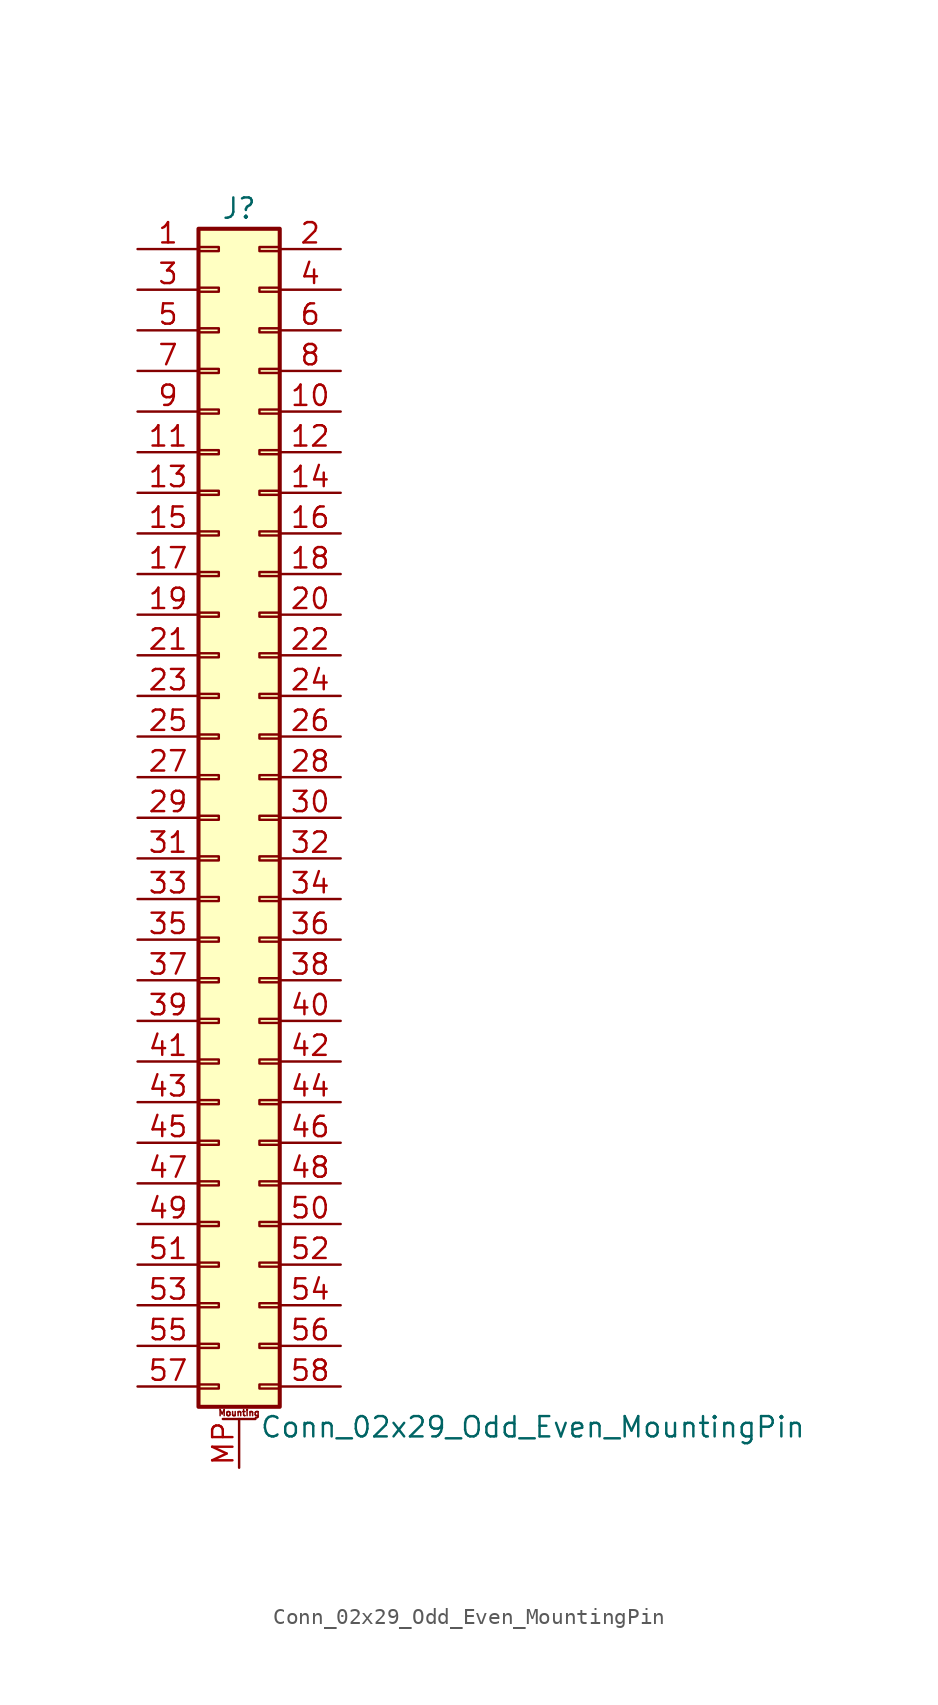
<source format=kicad_sym>
(kicad_symbol_lib
  (version 20220914)
  (generator kicad_symbol_editor)
  (symbol "Conn_02x29_Odd_Even_MountingPin"
    (pin_names
      (offset 1.016) hide)
    (property "Reference" "J"
      (at 1.27 38.1 0)
      (effects (font (size 1.27 1.27))))
    (property "Value" "Conn_02x29_Odd_Even_MountingPin"
      (at 2.54 -38.1 0)
      (effects (font (size 1.27 1.27)) (justify left)))
    (symbol "Conn_02x29_Odd_Even_MountingPin_1_1"
      (rectangle (start -1.27 -35.433) (end 0 -35.687) (stroke (width 0.152) (type default)) (fill (type none)))
      (rectangle (start -1.27 -32.893) (end 0 -33.147) (stroke (width 0.152) (type default)) (fill (type none)))
      (rectangle (start -1.27 -30.353) (end 0 -30.607) (stroke (width 0.152) (type default)) (fill (type none)))
      (rectangle (start -1.27 -27.813) (end 0 -28.067) (stroke (width 0.152) (type default)) (fill (type none)))
      (rectangle (start -1.27 -25.273) (end 0 -25.527) (stroke (width 0.152) (type default)) (fill (type none)))
      (rectangle (start -1.27 -22.733) (end 0 -22.987) (stroke (width 0.152) (type default)) (fill (type none)))
      (rectangle (start -1.27 -20.193) (end 0 -20.447) (stroke (width 0.152) (type default)) (fill (type none)))
      (rectangle (start -1.27 -17.653) (end 0 -17.907) (stroke (width 0.152) (type default)) (fill (type none)))
      (rectangle (start -1.27 -15.113) (end 0 -15.367) (stroke (width 0.152) (type default)) (fill (type none)))
      (rectangle (start -1.27 -12.573) (end 0 -12.827) (stroke (width 0.152) (type default)) (fill (type none)))
      (rectangle (start -1.27 -10.033) (end 0 -10.287) (stroke (width 0.152) (type default)) (fill (type none)))
      (rectangle (start -1.27 -7.493) (end 0 -7.747) (stroke (width 0.152) (type default)) (fill (type none)))
      (rectangle (start -1.27 -4.953) (end 0 -5.207) (stroke (width 0.152) (type default)) (fill (type none)))
      (rectangle (start -1.27 -2.413) (end 0 -2.667) (stroke (width 0.152) (type default)) (fill (type none)))
      (rectangle (start -1.27 0.127) (end 0 -0.127) (stroke (width 0.152) (type default)) (fill (type none)))
      (rectangle (start -1.27 2.667) (end 0 2.413) (stroke (width 0.152) (type default)) (fill (type none)))
      (rectangle (start -1.27 5.207) (end 0 4.953) (stroke (width 0.152) (type default)) (fill (type none)))
      (rectangle (start -1.27 7.747) (end 0 7.493) (stroke (width 0.152) (type default)) (fill (type none)))
      (rectangle (start -1.27 10.287) (end 0 10.033) (stroke (width 0.152) (type default)) (fill (type none)))
      (rectangle (start -1.27 12.827) (end 0 12.573) (stroke (width 0.152) (type default)) (fill (type none)))
      (rectangle (start -1.27 15.367) (end 0 15.113) (stroke (width 0.152) (type default)) (fill (type none)))
      (rectangle (start -1.27 17.907) (end 0 17.653) (stroke (width 0.152) (type default)) (fill (type none)))
      (rectangle (start -1.27 20.447) (end 0 20.193) (stroke (width 0.152) (type default)) (fill (type none)))
      (rectangle (start -1.27 22.987) (end 0 22.733) (stroke (width 0.152) (type default)) (fill (type none)))
      (rectangle (start -1.27 25.527) (end 0 25.273) (stroke (width 0.152) (type default)) (fill (type none)))
      (rectangle (start -1.27 28.067) (end 0 27.813) (stroke (width 0.152) (type default)) (fill (type none)))
      (rectangle (start -1.27 30.607) (end 0 30.353) (stroke (width 0.152) (type default)) (fill (type none)))
      (rectangle (start -1.27 33.147) (end 0 32.893) (stroke (width 0.152) (type default)) (fill (type none)))
      (rectangle (start -1.27 35.687) (end 0 35.433) (stroke (width 0.152) (type default)) (fill (type none)))
      (rectangle (start -1.27 36.83) (end 3.81 -36.83) (stroke (width 0.254) (type default)) (fill (type background)))
      (polyline (pts (xy 0.254 -37.592) (xy 2.286 -37.592)) (stroke (width 0.152) (type default)) (fill (type none)))
      (rectangle (start 3.81 -35.433) (end 2.54 -35.687) (stroke (width 0.152) (type default)) (fill (type none)))
      (rectangle (start 3.81 -32.893) (end 2.54 -33.147) (stroke (width 0.152) (type default)) (fill (type none)))
      (rectangle (start 3.81 -30.353) (end 2.54 -30.607) (stroke (width 0.152) (type default)) (fill (type none)))
      (rectangle (start 3.81 -27.813) (end 2.54 -28.067) (stroke (width 0.152) (type default)) (fill (type none)))
      (rectangle (start 3.81 -25.273) (end 2.54 -25.527) (stroke (width 0.152) (type default)) (fill (type none)))
      (rectangle (start 3.81 -22.733) (end 2.54 -22.987) (stroke (width 0.152) (type default)) (fill (type none)))
      (rectangle (start 3.81 -20.193) (end 2.54 -20.447) (stroke (width 0.152) (type default)) (fill (type none)))
      (rectangle (start 3.81 -17.653) (end 2.54 -17.907) (stroke (width 0.152) (type default)) (fill (type none)))
      (rectangle (start 3.81 -15.113) (end 2.54 -15.367) (stroke (width 0.152) (type default)) (fill (type none)))
      (rectangle (start 3.81 -12.573) (end 2.54 -12.827) (stroke (width 0.152) (type default)) (fill (type none)))
      (rectangle (start 3.81 -10.033) (end 2.54 -10.287) (stroke (width 0.152) (type default)) (fill (type none)))
      (rectangle (start 3.81 -7.493) (end 2.54 -7.747) (stroke (width 0.152) (type default)) (fill (type none)))
      (rectangle (start 3.81 -4.953) (end 2.54 -5.207) (stroke (width 0.152) (type default)) (fill (type none)))
      (rectangle (start 3.81 -2.413) (end 2.54 -2.667) (stroke (width 0.152) (type default)) (fill (type none)))
      (rectangle (start 3.81 0.127) (end 2.54 -0.127) (stroke (width 0.152) (type default)) (fill (type none)))
      (rectangle (start 3.81 2.667) (end 2.54 2.413) (stroke (width 0.152) (type default)) (fill (type none)))
      (rectangle (start 3.81 5.207) (end 2.54 4.953) (stroke (width 0.152) (type default)) (fill (type none)))
      (rectangle (start 3.81 7.747) (end 2.54 7.493) (stroke (width 0.152) (type default)) (fill (type none)))
      (rectangle (start 3.81 10.287) (end 2.54 10.033) (stroke (width 0.152) (type default)) (fill (type none)))
      (rectangle (start 3.81 12.827) (end 2.54 12.573) (stroke (width 0.152) (type default)) (fill (type none)))
      (rectangle (start 3.81 15.367) (end 2.54 15.113) (stroke (width 0.152) (type default)) (fill (type none)))
      (rectangle (start 3.81 17.907) (end 2.54 17.653) (stroke (width 0.152) (type default)) (fill (type none)))
      (rectangle (start 3.81 20.447) (end 2.54 20.193) (stroke (width 0.152) (type default)) (fill (type none)))
      (rectangle (start 3.81 22.987) (end 2.54 22.733) (stroke (width 0.152) (type default)) (fill (type none)))
      (rectangle (start 3.81 25.527) (end 2.54 25.273) (stroke (width 0.152) (type default)) (fill (type none)))
      (rectangle (start 3.81 28.067) (end 2.54 27.813) (stroke (width 0.152) (type default)) (fill (type none)))
      (rectangle (start 3.81 30.607) (end 2.54 30.353) (stroke (width 0.152) (type default)) (fill (type none)))
      (rectangle (start 3.81 33.147) (end 2.54 32.893) (stroke (width 0.152) (type default)) (fill (type none)))
      (rectangle (start 3.81 35.687) (end 2.54 35.433) (stroke (width 0.152) (type default)) (fill (type none)))
      (text "Mounting" (at 1.27 -37.211 0) (effects (font (size 0.381 0.381))))
      (pin passive line (at -5.08 35.56 0) (length 3.81) (name "Pin_1" (effects (font (size 1.27 1.27)))) (number "1" (effects (font (size 1.27 1.27)))))
      (pin passive line (at 7.62 25.4 180) (length 3.81) (name "Pin_10" (effects (font (size 1.27 1.27)))) (number "10" (effects (font (size 1.27 1.27)))))
      (pin passive line (at -5.08 22.86 0) (length 3.81) (name "Pin_11" (effects (font (size 1.27 1.27)))) (number "11" (effects (font (size 1.27 1.27)))))
      (pin passive line (at 7.62 22.86 180) (length 3.81) (name "Pin_12" (effects (font (size 1.27 1.27)))) (number "12" (effects (font (size 1.27 1.27)))))
      (pin passive line (at -5.08 20.32 0) (length 3.81) (name "Pin_13" (effects (font (size 1.27 1.27)))) (number "13" (effects (font (size 1.27 1.27)))))
      (pin passive line (at 7.62 20.32 180) (length 3.81) (name "Pin_14" (effects (font (size 1.27 1.27)))) (number "14" (effects (font (size 1.27 1.27)))))
      (pin passive line (at -5.08 17.78 0) (length 3.81) (name "Pin_15" (effects (font (size 1.27 1.27)))) (number "15" (effects (font (size 1.27 1.27)))))
      (pin passive line (at 7.62 17.78 180) (length 3.81) (name "Pin_16" (effects (font (size 1.27 1.27)))) (number "16" (effects (font (size 1.27 1.27)))))
      (pin passive line (at -5.08 15.24 0) (length 3.81) (name "Pin_17" (effects (font (size 1.27 1.27)))) (number "17" (effects (font (size 1.27 1.27)))))
      (pin passive line (at 7.62 15.24 180) (length 3.81) (name "Pin_18" (effects (font (size 1.27 1.27)))) (number "18" (effects (font (size 1.27 1.27)))))
      (pin passive line (at -5.08 12.7 0) (length 3.81) (name "Pin_19" (effects (font (size 1.27 1.27)))) (number "19" (effects (font (size 1.27 1.27)))))
      (pin passive line (at 7.62 35.56 180) (length 3.81) (name "Pin_2" (effects (font (size 1.27 1.27)))) (number "2" (effects (font (size 1.27 1.27)))))
      (pin passive line (at 7.62 12.7 180) (length 3.81) (name "Pin_20" (effects (font (size 1.27 1.27)))) (number "20" (effects (font (size 1.27 1.27)))))
      (pin passive line (at -5.08 10.16 0) (length 3.81) (name "Pin_21" (effects (font (size 1.27 1.27)))) (number "21" (effects (font (size 1.27 1.27)))))
      (pin passive line (at 7.62 10.16 180) (length 3.81) (name "Pin_22" (effects (font (size 1.27 1.27)))) (number "22" (effects (font (size 1.27 1.27)))))
      (pin passive line (at -5.08 7.62 0) (length 3.81) (name "Pin_23" (effects (font (size 1.27 1.27)))) (number "23" (effects (font (size 1.27 1.27)))))
      (pin passive line (at 7.62 7.62 180) (length 3.81) (name "Pin_24" (effects (font (size 1.27 1.27)))) (number "24" (effects (font (size 1.27 1.27)))))
      (pin passive line (at -5.08 5.08 0) (length 3.81) (name "Pin_25" (effects (font (size 1.27 1.27)))) (number "25" (effects (font (size 1.27 1.27)))))
      (pin passive line (at 7.62 5.08 180) (length 3.81) (name "Pin_26" (effects (font (size 1.27 1.27)))) (number "26" (effects (font (size 1.27 1.27)))))
      (pin passive line (at -5.08 2.54 0) (length 3.81) (name "Pin_27" (effects (font (size 1.27 1.27)))) (number "27" (effects (font (size 1.27 1.27)))))
      (pin passive line (at 7.62 2.54 180) (length 3.81) (name "Pin_28" (effects (font (size 1.27 1.27)))) (number "28" (effects (font (size 1.27 1.27)))))
      (pin passive line (at -5.08 0 0) (length 3.81) (name "Pin_29" (effects (font (size 1.27 1.27)))) (number "29" (effects (font (size 1.27 1.27)))))
      (pin passive line (at -5.08 33.02 0) (length 3.81) (name "Pin_3" (effects (font (size 1.27 1.27)))) (number "3" (effects (font (size 1.27 1.27)))))
      (pin passive line (at 7.62 0 180) (length 3.81) (name "Pin_30" (effects (font (size 1.27 1.27)))) (number "30" (effects (font (size 1.27 1.27)))))
      (pin passive line (at -5.08 -2.54 0) (length 3.81) (name "Pin_31" (effects (font (size 1.27 1.27)))) (number "31" (effects (font (size 1.27 1.27)))))
      (pin passive line (at 7.62 -2.54 180) (length 3.81) (name "Pin_32" (effects (font (size 1.27 1.27)))) (number "32" (effects (font (size 1.27 1.27)))))
      (pin passive line (at -5.08 -5.08 0) (length 3.81) (name "Pin_33" (effects (font (size 1.27 1.27)))) (number "33" (effects (font (size 1.27 1.27)))))
      (pin passive line (at 7.62 -5.08 180) (length 3.81) (name "Pin_34" (effects (font (size 1.27 1.27)))) (number "34" (effects (font (size 1.27 1.27)))))
      (pin passive line (at -5.08 -7.62 0) (length 3.81) (name "Pin_35" (effects (font (size 1.27 1.27)))) (number "35" (effects (font (size 1.27 1.27)))))
      (pin passive line (at 7.62 -7.62 180) (length 3.81) (name "Pin_36" (effects (font (size 1.27 1.27)))) (number "36" (effects (font (size 1.27 1.27)))))
      (pin passive line (at -5.08 -10.16 0) (length 3.81) (name "Pin_37" (effects (font (size 1.27 1.27)))) (number "37" (effects (font (size 1.27 1.27)))))
      (pin passive line (at 7.62 -10.16 180) (length 3.81) (name "Pin_38" (effects (font (size 1.27 1.27)))) (number "38" (effects (font (size 1.27 1.27)))))
      (pin passive line (at -5.08 -12.7 0) (length 3.81) (name "Pin_39" (effects (font (size 1.27 1.27)))) (number "39" (effects (font (size 1.27 1.27)))))
      (pin passive line (at 7.62 33.02 180) (length 3.81) (name "Pin_4" (effects (font (size 1.27 1.27)))) (number "4" (effects (font (size 1.27 1.27)))))
      (pin passive line (at 7.62 -12.7 180) (length 3.81) (name "Pin_40" (effects (font (size 1.27 1.27)))) (number "40" (effects (font (size 1.27 1.27)))))
      (pin passive line (at -5.08 -15.24 0) (length 3.81) (name "Pin_41" (effects (font (size 1.27 1.27)))) (number "41" (effects (font (size 1.27 1.27)))))
      (pin passive line (at 7.62 -15.24 180) (length 3.81) (name "Pin_42" (effects (font (size 1.27 1.27)))) (number "42" (effects (font (size 1.27 1.27)))))
      (pin passive line (at -5.08 -17.78 0) (length 3.81) (name "Pin_43" (effects (font (size 1.27 1.27)))) (number "43" (effects (font (size 1.27 1.27)))))
      (pin passive line (at 7.62 -17.78 180) (length 3.81) (name "Pin_44" (effects (font (size 1.27 1.27)))) (number "44" (effects (font (size 1.27 1.27)))))
      (pin passive line (at -5.08 -20.32 0) (length 3.81) (name "Pin_45" (effects (font (size 1.27 1.27)))) (number "45" (effects (font (size 1.27 1.27)))))
      (pin passive line (at 7.62 -20.32 180) (length 3.81) (name "Pin_46" (effects (font (size 1.27 1.27)))) (number "46" (effects (font (size 1.27 1.27)))))
      (pin passive line (at -5.08 -22.86 0) (length 3.81) (name "Pin_47" (effects (font (size 1.27 1.27)))) (number "47" (effects (font (size 1.27 1.27)))))
      (pin passive line (at 7.62 -22.86 180) (length 3.81) (name "Pin_48" (effects (font (size 1.27 1.27)))) (number "48" (effects (font (size 1.27 1.27)))))
      (pin passive line (at -5.08 -25.4 0) (length 3.81) (name "Pin_49" (effects (font (size 1.27 1.27)))) (number "49" (effects (font (size 1.27 1.27)))))
      (pin passive line (at -5.08 30.48 0) (length 3.81) (name "Pin_5" (effects (font (size 1.27 1.27)))) (number "5" (effects (font (size 1.27 1.27)))))
      (pin passive line (at 7.62 -25.4 180) (length 3.81) (name "Pin_50" (effects (font (size 1.27 1.27)))) (number "50" (effects (font (size 1.27 1.27)))))
      (pin passive line (at -5.08 -27.94 0) (length 3.81) (name "Pin_51" (effects (font (size 1.27 1.27)))) (number "51" (effects (font (size 1.27 1.27)))))
      (pin passive line (at 7.62 -27.94 180) (length 3.81) (name "Pin_52" (effects (font (size 1.27 1.27)))) (number "52" (effects (font (size 1.27 1.27)))))
      (pin passive line (at -5.08 -30.48 0) (length 3.81) (name "Pin_53" (effects (font (size 1.27 1.27)))) (number "53" (effects (font (size 1.27 1.27)))))
      (pin passive line (at 7.62 -30.48 180) (length 3.81) (name "Pin_54" (effects (font (size 1.27 1.27)))) (number "54" (effects (font (size 1.27 1.27)))))
      (pin passive line (at -5.08 -33.02 0) (length 3.81) (name "Pin_55" (effects (font (size 1.27 1.27)))) (number "55" (effects (font (size 1.27 1.27)))))
      (pin passive line (at 7.62 -33.02 180) (length 3.81) (name "Pin_56" (effects (font (size 1.27 1.27)))) (number "56" (effects (font (size 1.27 1.27)))))
      (pin passive line (at -5.08 -35.56 0) (length 3.81) (name "Pin_57" (effects (font (size 1.27 1.27)))) (number "57" (effects (font (size 1.27 1.27)))))
      (pin passive line (at 7.62 -35.56 180) (length 3.81) (name "Pin_58" (effects (font (size 1.27 1.27)))) (number "58" (effects (font (size 1.27 1.27)))))
      (pin passive line (at 7.62 30.48 180) (length 3.81) (name "Pin_6" (effects (font (size 1.27 1.27)))) (number "6" (effects (font (size 1.27 1.27)))))
      (pin passive line (at -5.08 27.94 0) (length 3.81) (name "Pin_7" (effects (font (size 1.27 1.27)))) (number "7" (effects (font (size 1.27 1.27)))))
      (pin passive line (at 7.62 27.94 180) (length 3.81) (name "Pin_8" (effects (font (size 1.27 1.27)))) (number "8" (effects (font (size 1.27 1.27)))))
      (pin passive line (at -5.08 25.4 0) (length 3.81) (name "Pin_9" (effects (font (size 1.27 1.27)))) (number "9" (effects (font (size 1.27 1.27)))))
      (pin passive line (at 1.27 -40.64 90) (length 3.048) (name "MountPin" (effects (font (size 1.27 1.27)))) (number "MP" (effects (font (size 1.27 1.27))))))))
</source>
